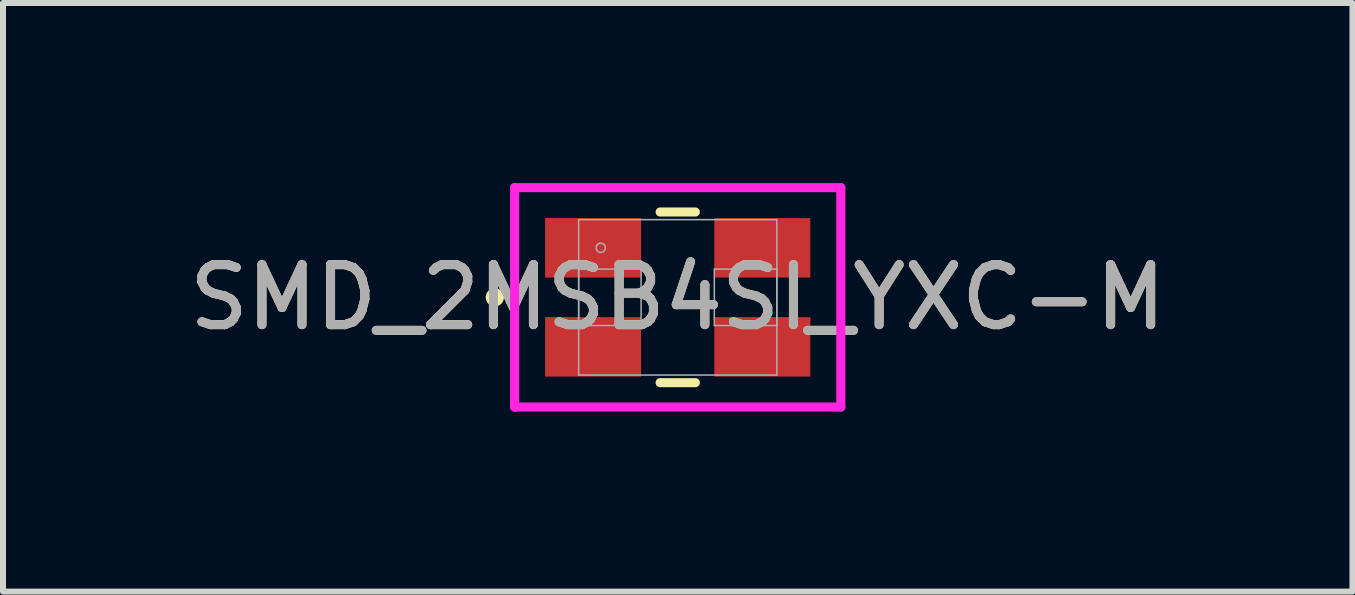
<source format=kicad_pcb>
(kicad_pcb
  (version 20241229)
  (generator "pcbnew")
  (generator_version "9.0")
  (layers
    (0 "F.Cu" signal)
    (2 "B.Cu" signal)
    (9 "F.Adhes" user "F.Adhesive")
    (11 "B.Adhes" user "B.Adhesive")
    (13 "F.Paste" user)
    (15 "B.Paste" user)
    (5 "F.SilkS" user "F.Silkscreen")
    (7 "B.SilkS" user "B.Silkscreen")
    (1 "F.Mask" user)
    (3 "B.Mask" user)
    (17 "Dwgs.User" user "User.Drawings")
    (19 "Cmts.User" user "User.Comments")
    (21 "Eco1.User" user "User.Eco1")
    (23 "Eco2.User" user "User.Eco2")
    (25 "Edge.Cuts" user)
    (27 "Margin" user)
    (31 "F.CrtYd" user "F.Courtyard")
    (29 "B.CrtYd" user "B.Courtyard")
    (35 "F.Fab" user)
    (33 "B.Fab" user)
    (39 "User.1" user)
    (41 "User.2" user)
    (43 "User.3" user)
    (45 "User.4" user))
  (footprint "SMD_2MSB4SI_YXC-M"
    (layer "F.Cu")
    (at 8.244 1.905)
    (property "Reference" "SMD_2MSB4SI_YXC-M" (at 0 0 0) (unlocked yes) (layer "F.SilkS") (effects (font (size 1 1) (thickness 0.15))))
    (attr smd)
    (fp_line (start -0.293 1.422) (end 0.293 1.422) (stroke (width 0.152) (type solid)) (layer "F.SilkS"))
    (fp_line (start 0.293 -1.422) (end -0.293 -1.422) (stroke (width 0.152) (type solid)) (layer "F.SilkS"))
    (fp_circle (center -3.048 0) (end -2.972 0) (stroke (width 0.152) (type solid)) (fill no) (layer "F.SilkS"))
    (fp_line (start -2.718 -1.828) (end 2.718 -1.828) (stroke (width 0.152) (type solid)) (layer "F.CrtYd"))
    (fp_line (start -2.718 1.828) (end -2.718 -1.828) (stroke (width 0.152) (type solid)) (layer "F.CrtYd"))
    (fp_line (start 2.718 -1.828) (end 2.718 1.828) (stroke (width 0.152) (type solid)) (layer "F.CrtYd"))
    (fp_line (start 2.718 1.828) (end -2.718 1.828) (stroke (width 0.152) (type solid)) (layer "F.CrtYd"))
    (fp_line (start -1.651 -1.295) (end -1.651 1.295) (stroke (width 0.025) (type solid)) (layer "F.Fab"))
    (fp_line (start -1.651 -0.47) (end -1.651 0.47) (stroke (width 0.025) (type solid)) (layer "F.Fab"))
    (fp_line (start -1.651 0.47) (end -0.61 0.47) (stroke (width 0.025) (type solid)) (layer "F.Fab"))
    (fp_line (start -1.651 1.295) (end 1.651 1.295) (stroke (width 0.025) (type solid)) (layer "F.Fab"))
    (fp_line (start -0.61 -0.47) (end -1.651 -0.47) (stroke (width 0.025) (type solid)) (layer "F.Fab"))
    (fp_line (start -0.61 0.47) (end -0.61 -0.47) (stroke (width 0.025) (type solid)) (layer "F.Fab"))
    (fp_line (start 0.61 -0.47) (end 0.61 0.47) (stroke (width 0.025) (type solid)) (layer "F.Fab"))
    (fp_line (start 0.61 0.47) (end 1.651 0.47) (stroke (width 0.025) (type solid)) (layer "F.Fab"))
    (fp_line (start 1.651 -1.295) (end -1.651 -1.295) (stroke (width 0.025) (type solid)) (layer "F.Fab"))
    (fp_line (start 1.651 -0.47) (end 0.61 -0.47) (stroke (width 0.025) (type solid)) (layer "F.Fab"))
    (fp_line (start 1.651 0.47) (end 1.651 -0.47) (stroke (width 0.025) (type solid)) (layer "F.Fab"))
    (fp_line (start 1.651 1.295) (end 1.651 -1.295) (stroke (width 0.025) (type solid)) (layer "F.Fab"))
    (fp_circle (center -1.283 -0.825) (end -1.206 -0.825) (stroke (width 0.025) (type solid)) (fill no) (layer "F.Fab"))
    (fp_text user "${REFERENCE}" (at 0 0 0) (unlocked yes) (layer "F.Fab") (effects (font (size 1 1) (thickness 0.15))))
    (pad "1" smd rect (at -1.41 0.825) (size 1.6 0.991) (layers "F.Cu" "F.Mask" "F.Paste"))
    (pad "2" smd rect (at 1.41 0.825) (size 1.6 0.991) (layers "F.Cu" "F.Mask" "F.Paste"))
    (pad "3" smd rect (at 1.41 -0.825) (size 1.6 0.991) (layers "F.Cu" "F.Mask" "F.Paste"))
    (pad "4" smd rect (at -1.41 -0.825) (size 1.6 0.991) (layers "F.Cu" "F.Mask" "F.Paste"))
    (zone (net_name "") (layer "F.Cu") (hatch full 0.508) (connect_pads) (min_thickness 0.254) (filled_areas_thickness no) (keepout (tracks not_allowed) (vias not_allowed) (pads allowed) (copperpour not_allowed) (footprints allowed)) (placement (enabled no)) (fill) (polygon (pts (xy 7.685 0.66) (xy 8.803 0.66) (xy 8.803 3.149) (xy 7.685 3.149)))))
  (gr_rect
    (start -3 -3)
    (end 19.488 6.809)
    (stroke (width 0.1) (type default))
    (fill no)
    (layer "Edge.Cuts")))
</source>
